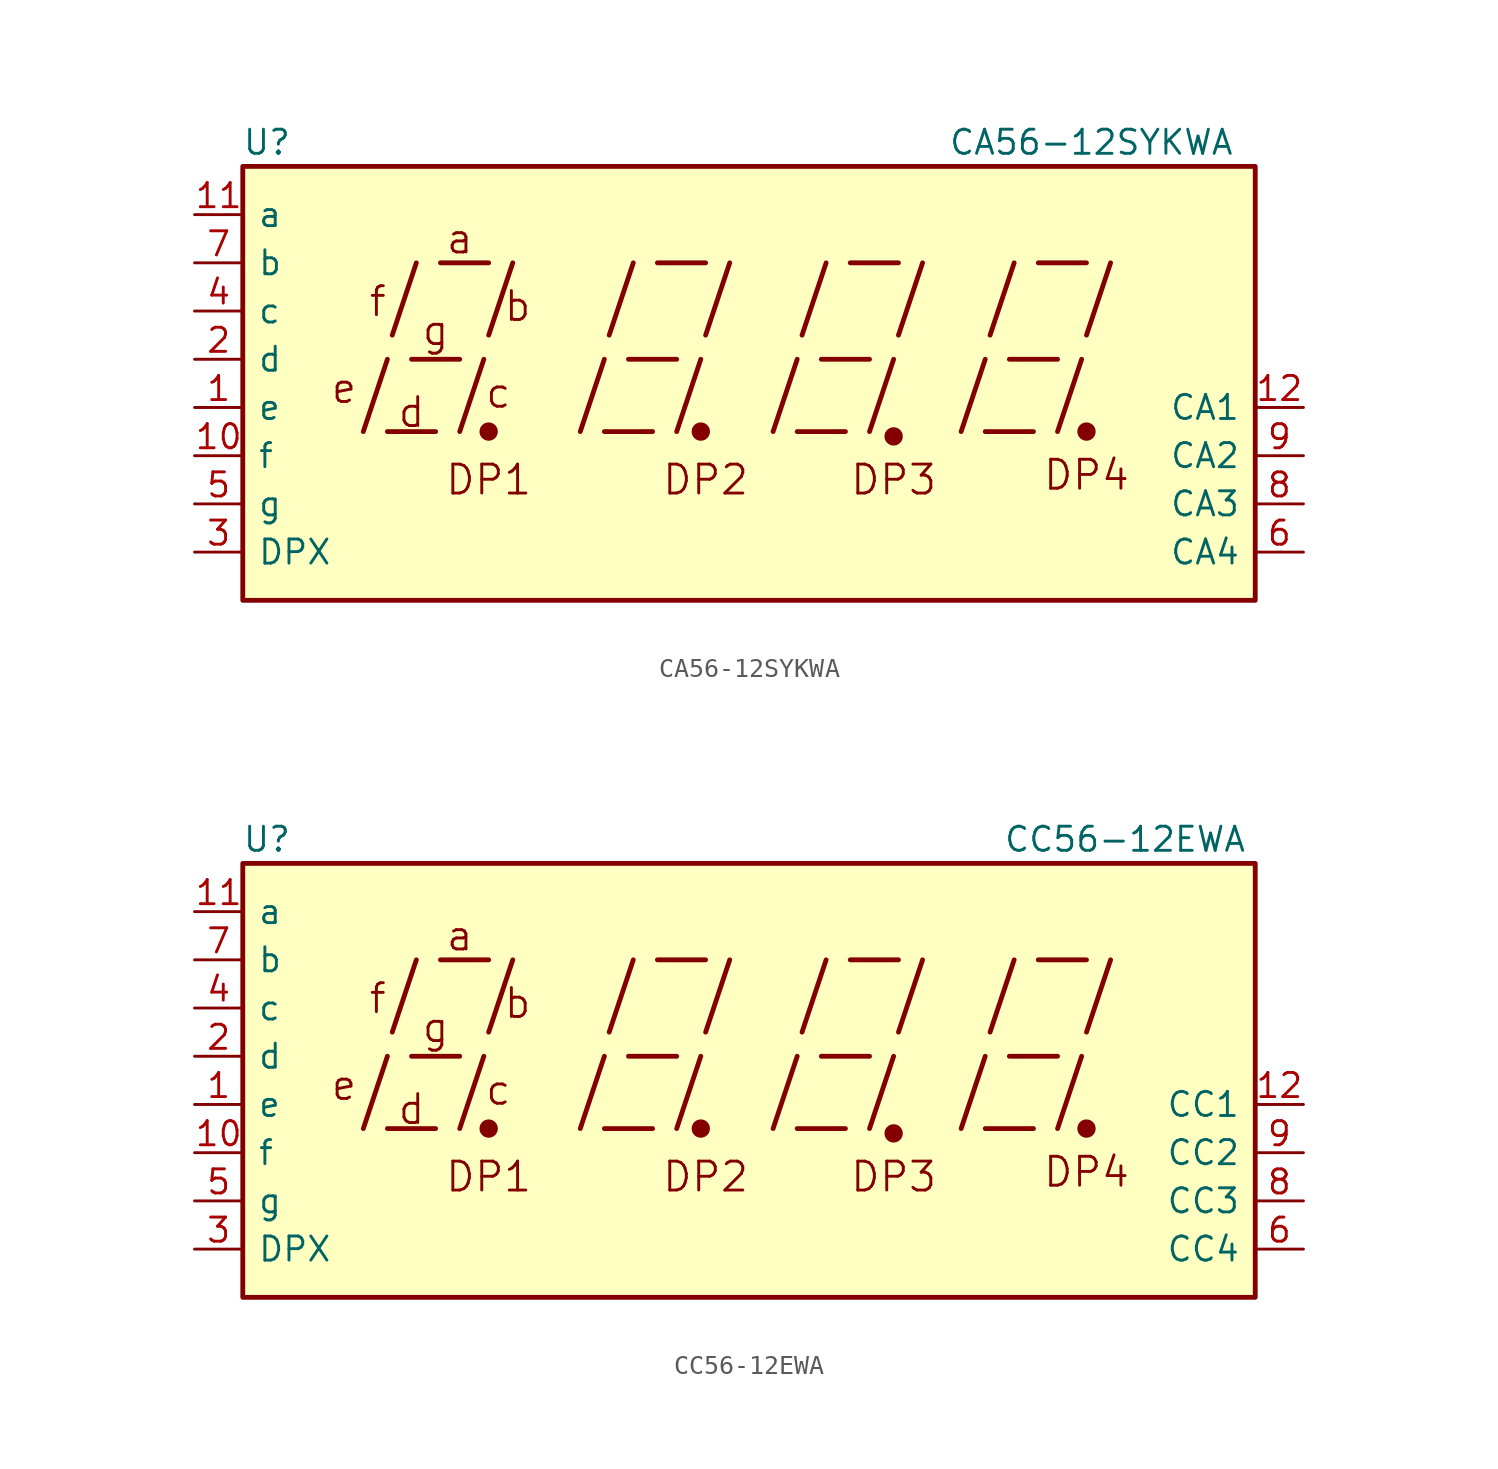
<source format=kicad_sym>
(kicad_symbol_lib
  (version 20231120)
  (generator "kicad_symbol_editor")
  (generator_version "8.0")
  (symbol "CA56-12SYKWA"
    (pin_names
      (offset 0.762))
    (property "Reference" "U"
      (at -24.13 11.43 0)
      (effects (font (size 1.27 1.27))))
    (property "Value" "CA56-12SYKWA"
      (at 19.304 11.43 0)
      (effects (font (size 1.27 1.27))))
    (symbol "CA56-12SYKWA_0_0"
      (rectangle (start -25.4 10.16) (end 27.94 -12.7) (stroke (width 0.254) (type default)) (fill (type background)))
      (polyline (pts (xy -19.05 -3.81) (xy -17.78 0)) (stroke (width 0.254) (type default)) (fill (type none)))
      (polyline (pts (xy -17.78 -3.81) (xy -15.24 -3.81)) (stroke (width 0.254) (type default)) (fill (type none)))
      (polyline (pts (xy -17.526 1.27) (xy -16.256 5.08)) (stroke (width 0.254) (type default)) (fill (type none)))
      (polyline (pts (xy -16.51 0) (xy -13.97 0)) (stroke (width 0.254) (type default)) (fill (type none)))
      (polyline (pts (xy -14.986 5.08) (xy -12.446 5.08)) (stroke (width 0.254) (type default)) (fill (type none)))
      (polyline (pts (xy -13.97 -3.81) (xy -12.7 0)) (stroke (width 0.254) (type default)) (fill (type none)))
      (polyline (pts (xy -12.446 1.27) (xy -11.176 5.08)) (stroke (width 0.254) (type default)) (fill (type none)))
      (polyline (pts (xy -7.62 -3.81) (xy -6.35 0)) (stroke (width 0.254) (type default)) (fill (type none)))
      (polyline (pts (xy -6.35 -3.81) (xy -3.81 -3.81)) (stroke (width 0.254) (type default)) (fill (type none)))
      (polyline (pts (xy -6.096 1.27) (xy -4.826 5.08)) (stroke (width 0.254) (type default)) (fill (type none)))
      (polyline (pts (xy -5.08 0) (xy -2.54 0)) (stroke (width 0.254) (type default)) (fill (type none)))
      (polyline (pts (xy -3.556 5.08) (xy -1.016 5.08)) (stroke (width 0.254) (type default)) (fill (type none)))
      (polyline (pts (xy -2.54 -3.81) (xy -1.27 0)) (stroke (width 0.254) (type default)) (fill (type none)))
      (polyline (pts (xy -1.016 1.27) (xy 0.254 5.08)) (stroke (width 0.254) (type default)) (fill (type none)))
      (polyline (pts (xy 2.54 -3.81) (xy 3.81 0)) (stroke (width 0.254) (type default)) (fill (type none)))
      (polyline (pts (xy 3.81 -3.81) (xy 6.35 -3.81)) (stroke (width 0.254) (type default)) (fill (type none)))
      (polyline (pts (xy 4.064 1.27) (xy 5.334 5.08)) (stroke (width 0.254) (type default)) (fill (type none)))
      (polyline (pts (xy 5.08 0) (xy 7.62 0)) (stroke (width 0.254) (type default)) (fill (type none)))
      (polyline (pts (xy 6.604 5.08) (xy 9.144 5.08)) (stroke (width 0.254) (type default)) (fill (type none)))
      (polyline (pts (xy 7.62 -3.81) (xy 8.89 0)) (stroke (width 0.254) (type default)) (fill (type none)))
      (polyline (pts (xy 9.144 1.27) (xy 10.414 5.08)) (stroke (width 0.254) (type default)) (fill (type none)))
      (polyline (pts (xy 12.446 -3.81) (xy 13.716 0)) (stroke (width 0.254) (type default)) (fill (type none)))
      (polyline (pts (xy 13.716 -3.81) (xy 16.256 -3.81)) (stroke (width 0.254) (type default)) (fill (type none)))
      (polyline (pts (xy 13.97 1.27) (xy 15.24 5.08)) (stroke (width 0.254) (type default)) (fill (type none)))
      (polyline (pts (xy 14.986 0) (xy 17.526 0)) (stroke (width 0.254) (type default)) (fill (type none)))
      (polyline (pts (xy 16.51 5.08) (xy 19.05 5.08)) (stroke (width 0.254) (type default)) (fill (type none)))
      (polyline (pts (xy 17.526 -3.81) (xy 18.796 0)) (stroke (width 0.254) (type default)) (fill (type none)))
      (polyline (pts (xy 19.05 1.27) (xy 20.32 5.08)) (stroke (width 0.254) (type default)) (fill (type none)))
      (text "a" (at -13.97 6.35 0) (effects (font (size 1.524 1.524))))
      (text "b" (at -10.922 2.794 0) (effects (font (size 1.524 1.524))))
      (text "c" (at -11.938 -1.778 0) (effects (font (size 1.524 1.524))))
      (text "d" (at -16.51 -2.794 0) (effects (font (size 1.524 1.524))))
      (text "DP1" (at -12.446 -6.35 0) (effects (font (size 1.524 1.524))))
      (text "DP2" (at -1.016 -6.35 0) (effects (font (size 1.524 1.524))))
      (text "DP3" (at 8.89 -6.35 0) (effects (font (size 1.524 1.524))))
      (text "DP4" (at 19.05 -6.096 0) (effects (font (size 1.524 1.524))))
      (text "e" (at -20.066 -1.524 0) (effects (font (size 1.524 1.524))))
      (text "f" (at -18.288 3.048 0) (effects (font (size 1.524 1.524))))
      (text "g" (at -15.24 1.524 0) (effects (font (size 1.524 1.524)))))
    (symbol "CA56-12SYKWA_0_1"
      (circle (center -12.446 -3.81) (radius 0.356) (stroke (width 0.254) (type default)) (fill (type outline)))
      (circle (center -1.27 -3.81) (radius 0.356) (stroke (width 0.254) (type default)) (fill (type outline))))
    (symbol "CA56-12SYKWA_1_0"
      (circle (center 8.89 -4.064) (radius 0.356) (stroke (width 0.254) (type default)) (fill (type outline)))
      (circle (center 19.05 -3.81) (radius 0.356) (stroke (width 0.254) (type default)) (fill (type outline))))
    (symbol "CA56-12SYKWA_1_1"
      (pin input line (at -27.94 -2.54 0) (length 2.54) (name "e" (effects (font (size 1.27 1.27)))) (number "1" (effects (font (size 1.27 1.27)))))
      (pin input line (at -27.94 -5.08 0) (length 2.54) (name "f" (effects (font (size 1.27 1.27)))) (number "10" (effects (font (size 1.27 1.27)))))
      (pin input line (at -27.94 7.62 0) (length 2.54) (name "a" (effects (font (size 1.27 1.27)))) (number "11" (effects (font (size 1.27 1.27)))))
      (pin input line (at 30.48 -2.54 180) (length 2.54) (name "CA1" (effects (font (size 1.27 1.27)))) (number "12" (effects (font (size 1.27 1.27)))))
      (pin input line (at -27.94 0 0) (length 2.54) (name "d" (effects (font (size 1.27 1.27)))) (number "2" (effects (font (size 1.27 1.27)))))
      (pin input line (at -27.94 -10.16 0) (length 2.54) (name "DPX" (effects (font (size 1.27 1.27)))) (number "3" (effects (font (size 1.27 1.27)))))
      (pin input line (at -27.94 2.54 0) (length 2.54) (name "c" (effects (font (size 1.27 1.27)))) (number "4" (effects (font (size 1.27 1.27)))))
      (pin input line (at -27.94 -7.62 0) (length 2.54) (name "g" (effects (font (size 1.27 1.27)))) (number "5" (effects (font (size 1.27 1.27)))))
      (pin input line (at 30.48 -10.16 180) (length 2.54) (name "CA4" (effects (font (size 1.27 1.27)))) (number "6" (effects (font (size 1.27 1.27)))))
      (pin input line (at -27.94 5.08 0) (length 2.54) (name "b" (effects (font (size 1.27 1.27)))) (number "7" (effects (font (size 1.27 1.27)))))
      (pin input line (at 30.48 -7.62 180) (length 2.54) (name "CA3" (effects (font (size 1.27 1.27)))) (number "8" (effects (font (size 1.27 1.27)))))
      (pin input line (at 30.48 -5.08 180) (length 2.54) (name "CA2" (effects (font (size 1.27 1.27)))) (number "9" (effects (font (size 1.27 1.27)))))))
  (symbol "CC56-12EWA"
    (pin_names
      (offset 0.762))
    (property "Reference" "U"
      (at -24.13 11.43 0)
      (effects (font (size 1.27 1.27))))
    (property "Value" "CC56-12EWA"
      (at 21.082 11.43 0)
      (effects (font (size 1.27 1.27))))
    (symbol "CC56-12EWA_0_0"
      (rectangle (start -25.4 10.16) (end 27.94 -12.7) (stroke (width 0.254) (type default)) (fill (type background)))
      (polyline (pts (xy -19.05 -3.81) (xy -17.78 0)) (stroke (width 0.254) (type default)) (fill (type none)))
      (polyline (pts (xy -17.78 -3.81) (xy -15.24 -3.81)) (stroke (width 0.254) (type default)) (fill (type none)))
      (polyline (pts (xy -17.526 1.27) (xy -16.256 5.08)) (stroke (width 0.254) (type default)) (fill (type none)))
      (polyline (pts (xy -16.51 0) (xy -13.97 0)) (stroke (width 0.254) (type default)) (fill (type none)))
      (polyline (pts (xy -14.986 5.08) (xy -12.446 5.08)) (stroke (width 0.254) (type default)) (fill (type none)))
      (polyline (pts (xy -13.97 -3.81) (xy -12.7 0)) (stroke (width 0.254) (type default)) (fill (type none)))
      (polyline (pts (xy -12.446 1.27) (xy -11.176 5.08)) (stroke (width 0.254) (type default)) (fill (type none)))
      (polyline (pts (xy -7.62 -3.81) (xy -6.35 0)) (stroke (width 0.254) (type default)) (fill (type none)))
      (polyline (pts (xy -6.35 -3.81) (xy -3.81 -3.81)) (stroke (width 0.254) (type default)) (fill (type none)))
      (polyline (pts (xy -6.096 1.27) (xy -4.826 5.08)) (stroke (width 0.254) (type default)) (fill (type none)))
      (polyline (pts (xy -5.08 0) (xy -2.54 0)) (stroke (width 0.254) (type default)) (fill (type none)))
      (polyline (pts (xy -3.556 5.08) (xy -1.016 5.08)) (stroke (width 0.254) (type default)) (fill (type none)))
      (polyline (pts (xy -2.54 -3.81) (xy -1.27 0)) (stroke (width 0.254) (type default)) (fill (type none)))
      (polyline (pts (xy -1.016 1.27) (xy 0.254 5.08)) (stroke (width 0.254) (type default)) (fill (type none)))
      (polyline (pts (xy 2.54 -3.81) (xy 3.81 0)) (stroke (width 0.254) (type default)) (fill (type none)))
      (polyline (pts (xy 3.81 -3.81) (xy 6.35 -3.81)) (stroke (width 0.254) (type default)) (fill (type none)))
      (polyline (pts (xy 4.064 1.27) (xy 5.334 5.08)) (stroke (width 0.254) (type default)) (fill (type none)))
      (polyline (pts (xy 5.08 0) (xy 7.62 0)) (stroke (width 0.254) (type default)) (fill (type none)))
      (polyline (pts (xy 6.604 5.08) (xy 9.144 5.08)) (stroke (width 0.254) (type default)) (fill (type none)))
      (polyline (pts (xy 7.62 -3.81) (xy 8.89 0)) (stroke (width 0.254) (type default)) (fill (type none)))
      (polyline (pts (xy 9.144 1.27) (xy 10.414 5.08)) (stroke (width 0.254) (type default)) (fill (type none)))
      (polyline (pts (xy 12.446 -3.81) (xy 13.716 0)) (stroke (width 0.254) (type default)) (fill (type none)))
      (polyline (pts (xy 13.716 -3.81) (xy 16.256 -3.81)) (stroke (width 0.254) (type default)) (fill (type none)))
      (polyline (pts (xy 13.97 1.27) (xy 15.24 5.08)) (stroke (width 0.254) (type default)) (fill (type none)))
      (polyline (pts (xy 14.986 0) (xy 17.526 0)) (stroke (width 0.254) (type default)) (fill (type none)))
      (polyline (pts (xy 16.51 5.08) (xy 19.05 5.08)) (stroke (width 0.254) (type default)) (fill (type none)))
      (polyline (pts (xy 17.526 -3.81) (xy 18.796 0)) (stroke (width 0.254) (type default)) (fill (type none)))
      (polyline (pts (xy 19.05 1.27) (xy 20.32 5.08)) (stroke (width 0.254) (type default)) (fill (type none)))
      (text "a" (at -13.97 6.35 0) (effects (font (size 1.524 1.524))))
      (text "b" (at -10.922 2.794 0) (effects (font (size 1.524 1.524))))
      (text "c" (at -11.938 -1.778 0) (effects (font (size 1.524 1.524))))
      (text "d" (at -16.51 -2.794 0) (effects (font (size 1.524 1.524))))
      (text "DP1" (at -12.446 -6.35 0) (effects (font (size 1.524 1.524))))
      (text "DP2" (at -1.016 -6.35 0) (effects (font (size 1.524 1.524))))
      (text "DP3" (at 8.89 -6.35 0) (effects (font (size 1.524 1.524))))
      (text "DP4" (at 19.05 -6.096 0) (effects (font (size 1.524 1.524))))
      (text "e" (at -20.066 -1.524 0) (effects (font (size 1.524 1.524))))
      (text "f" (at -18.288 3.048 0) (effects (font (size 1.524 1.524))))
      (text "g" (at -15.24 1.524 0) (effects (font (size 1.524 1.524)))))
    (symbol "CC56-12EWA_0_1"
      (circle (center -12.446 -3.81) (radius 0.356) (stroke (width 0.254) (type default)) (fill (type outline)))
      (circle (center -1.27 -3.81) (radius 0.356) (stroke (width 0.254) (type default)) (fill (type outline))))
    (symbol "CC56-12EWA_1_0"
      (circle (center 8.89 -4.064) (radius 0.356) (stroke (width 0.254) (type default)) (fill (type outline)))
      (circle (center 19.05 -3.81) (radius 0.356) (stroke (width 0.254) (type default)) (fill (type outline))))
    (symbol "CC56-12EWA_1_1"
      (pin input line (at -27.94 -2.54 0) (length 2.54) (name "e" (effects (font (size 1.27 1.27)))) (number "1" (effects (font (size 1.27 1.27)))))
      (pin input line (at -27.94 -5.08 0) (length 2.54) (name "f" (effects (font (size 1.27 1.27)))) (number "10" (effects (font (size 1.27 1.27)))))
      (pin input line (at -27.94 7.62 0) (length 2.54) (name "a" (effects (font (size 1.27 1.27)))) (number "11" (effects (font (size 1.27 1.27)))))
      (pin input line (at 30.48 -2.54 180) (length 2.54) (name "CC1" (effects (font (size 1.27 1.27)))) (number "12" (effects (font (size 1.27 1.27)))))
      (pin input line (at -27.94 0 0) (length 2.54) (name "d" (effects (font (size 1.27 1.27)))) (number "2" (effects (font (size 1.27 1.27)))))
      (pin input line (at -27.94 -10.16 0) (length 2.54) (name "DPX" (effects (font (size 1.27 1.27)))) (number "3" (effects (font (size 1.27 1.27)))))
      (pin input line (at -27.94 2.54 0) (length 2.54) (name "c" (effects (font (size 1.27 1.27)))) (number "4" (effects (font (size 1.27 1.27)))))
      (pin input line (at -27.94 -7.62 0) (length 2.54) (name "g" (effects (font (size 1.27 1.27)))) (number "5" (effects (font (size 1.27 1.27)))))
      (pin input line (at 30.48 -10.16 180) (length 2.54) (name "CC4" (effects (font (size 1.27 1.27)))) (number "6" (effects (font (size 1.27 1.27)))))
      (pin input line (at -27.94 5.08 0) (length 2.54) (name "b" (effects (font (size 1.27 1.27)))) (number "7" (effects (font (size 1.27 1.27)))))
      (pin input line (at 30.48 -7.62 180) (length 2.54) (name "CC3" (effects (font (size 1.27 1.27)))) (number "8" (effects (font (size 1.27 1.27)))))
      (pin input line (at 30.48 -5.08 180) (length 2.54) (name "CC2" (effects (font (size 1.27 1.27)))) (number "9" (effects (font (size 1.27 1.27))))))))
</source>
